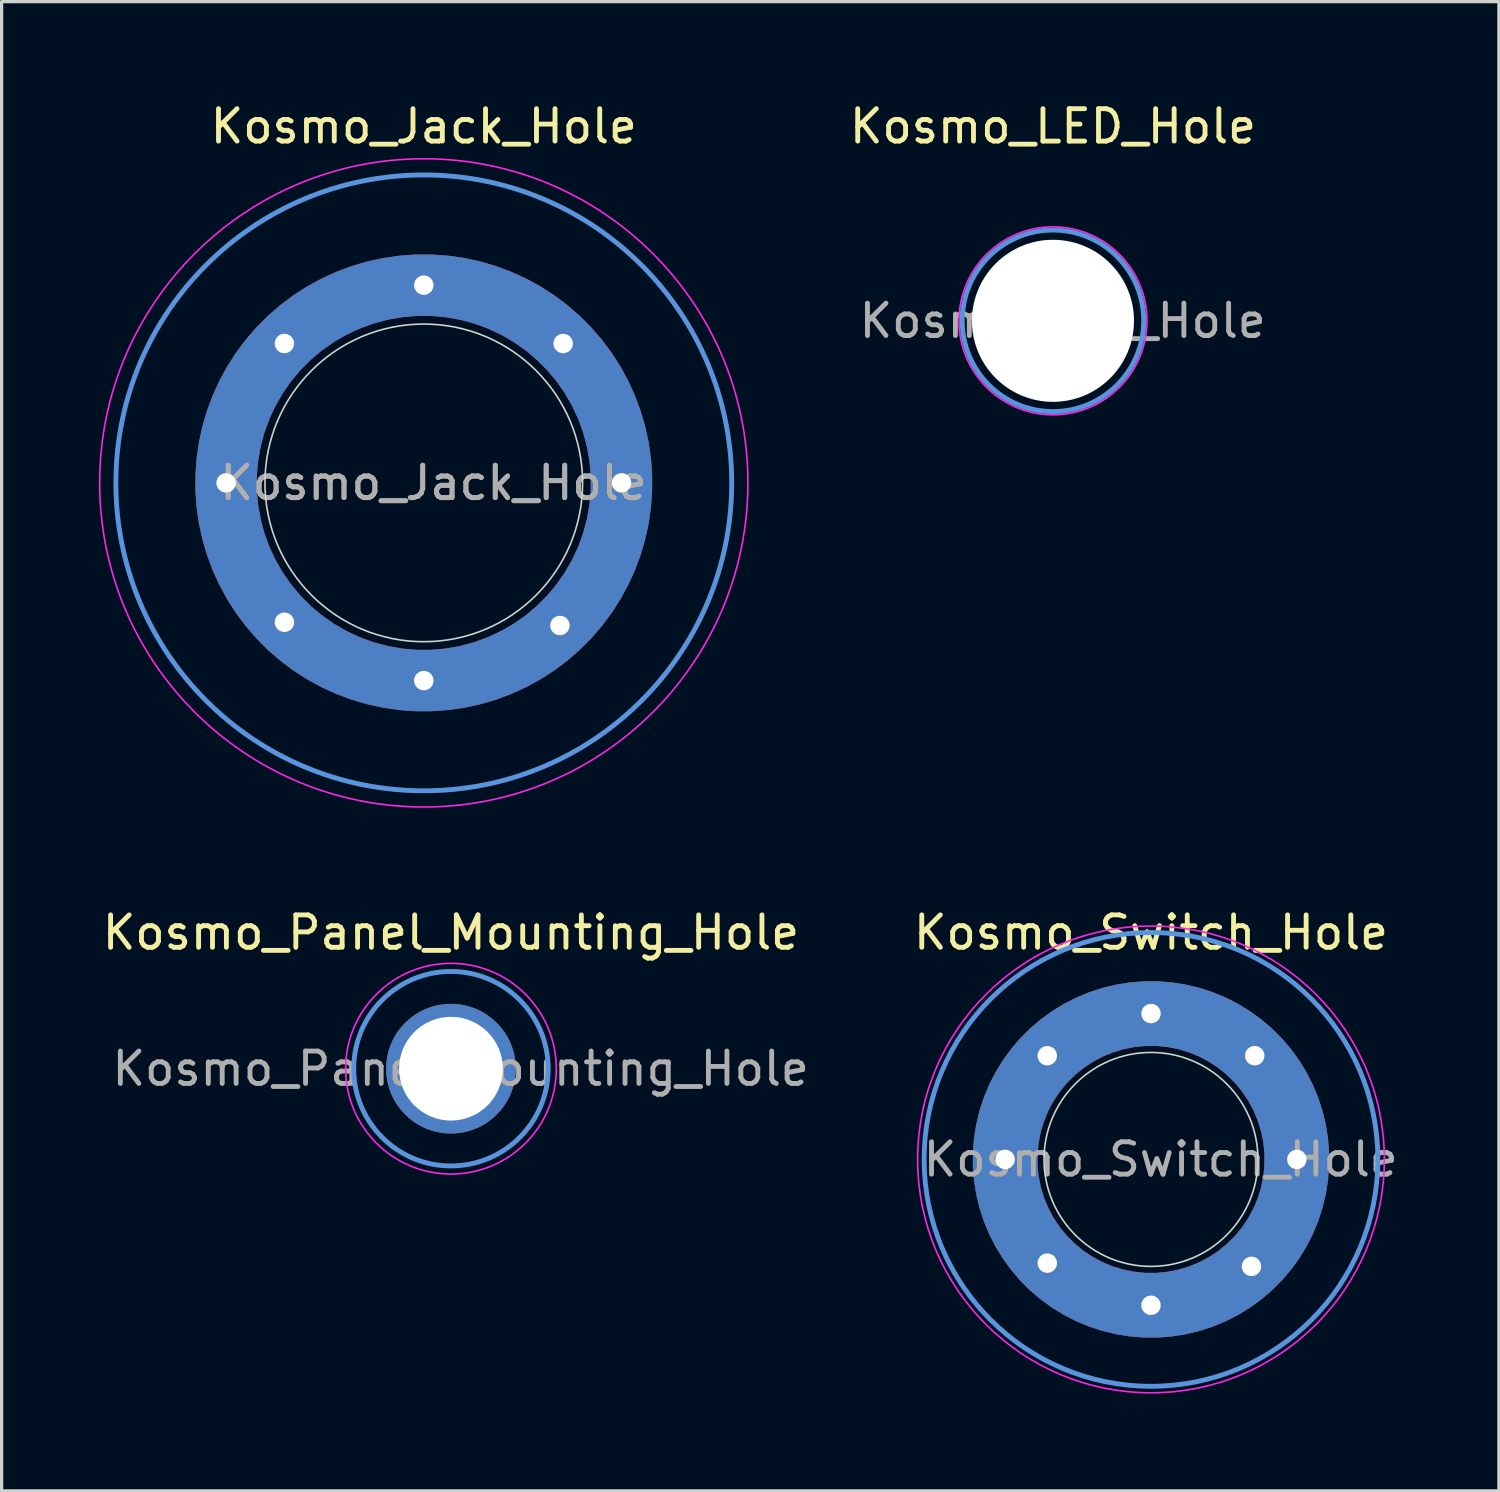
<source format=kicad_pcb>
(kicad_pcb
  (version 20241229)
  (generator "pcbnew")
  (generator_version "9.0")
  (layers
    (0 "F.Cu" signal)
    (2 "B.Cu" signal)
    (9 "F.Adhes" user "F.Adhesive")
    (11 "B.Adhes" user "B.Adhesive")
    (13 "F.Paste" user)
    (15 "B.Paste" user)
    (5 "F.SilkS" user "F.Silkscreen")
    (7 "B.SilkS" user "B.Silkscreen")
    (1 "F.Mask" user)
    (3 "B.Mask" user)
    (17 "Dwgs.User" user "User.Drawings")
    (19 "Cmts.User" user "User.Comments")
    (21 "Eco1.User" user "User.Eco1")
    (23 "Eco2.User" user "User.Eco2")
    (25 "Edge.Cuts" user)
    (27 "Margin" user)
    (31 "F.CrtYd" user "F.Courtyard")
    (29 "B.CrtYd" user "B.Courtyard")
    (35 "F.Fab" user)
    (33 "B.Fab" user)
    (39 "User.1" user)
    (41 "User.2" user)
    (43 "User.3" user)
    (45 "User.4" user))
  (footprint "Kosmo_Jack_Hole"
    (layer "F.Cu")
    (at 10.025 11.848)
    (property "Reference" "Kosmo_Jack_Hole" (at 0 -11 0) (layer "F.SilkS") (effects (font (size 1 1) (thickness 0.15))))
    (attr exclude_from_pos_files exclude_from_bom)
    (fp_circle (center 0 0) (end 9.5 0) (stroke (width 0.15) (type solid)) (fill no) (layer "Cmts.User"))
    (fp_circle (center 0 0) (end 4.9 0) (stroke (width 0.05) (type solid)) (fill no) (layer "Edge.Cuts"))
    (fp_circle (center 0 0) (end 10 0) (stroke (width 0.05) (type solid)) (fill no) (layer "F.CrtYd"))
    (fp_text user "${REFERENCE}" (at 0.3 0 0) (layer "F.Fab") (effects (font (size 1 1) (thickness 0.15))))
    (fp_text user "${REFERENCE}" (at 0.3 0 0) (layer "F.Fab") (effects (font (size 1 1) (thickness 0.15))))
    (pad "1" smd custom (at -6.1 0) (size 0.5 0.5) (layers "F.Cu" "F.Mask" "F.Paste") (options (anchor circle)) (primitives (gr_circle (center 6.1 0) (end 12.2 0) (width 1.9) (fill no))))
    (pad "1" smd custom (at -6.1 0) (size 0.5 0.5) (layers "B.Cu" "B.Mask" "B.Paste") (options (anchor circle)) (primitives (gr_circle (center 6.1 0) (end 12.2 0) (width 1.9) (fill no))))
    (pad "1" thru_hole circle (at -6.1 0) (size 0.8 0.8) (drill 0.6) (layers "*.Cu" "*.Mask"))
    (pad "1" thru_hole circle (at -4.3 -4.3) (size 0.8 0.8) (drill 0.6) (layers "*.Cu" "*.Mask"))
    (pad "1" thru_hole circle (at -4.3 4.3) (size 0.8 0.8) (drill 0.6) (layers "*.Cu" "*.Mask"))
    (pad "1" thru_hole circle (at 0 -6.1) (size 0.8 0.8) (drill 0.6) (layers "*.Cu" "*.Mask"))
    (pad "1" thru_hole circle (at 0 6.1) (size 0.8 0.8) (drill 0.6) (layers "*.Cu" "*.Mask"))
    (pad "1" thru_hole circle (at 4.2 4.4) (size 0.8 0.8) (drill 0.6) (layers "*.Cu" "*.Mask"))
    (pad "1" thru_hole circle (at 4.3 -4.3) (size 0.8 0.8) (drill 0.6) (layers "*.Cu" "*.Mask"))
    (pad "1" thru_hole circle (at 6.1 0) (size 0.8 0.8) (drill 0.6) (layers "*.Cu" "*.Mask")))
  (footprint "Kosmo_Panel_Mounting_Hole"
    (layer "F.Cu")
    (at 10.863 29.922)
    (property "Reference" "Kosmo_Panel_Mounting_Hole" (at 0 -4.2 0) (layer "F.SilkS") (effects (font (size 1 1) (thickness 0.15))))
    (attr exclude_from_pos_files exclude_from_bom)
    (fp_circle (center 0 0) (end 3 0) (stroke (width 0.15) (type solid)) (fill no) (layer "Cmts.User"))
    (fp_circle (center 0 0) (end 3.25 0) (stroke (width 0.05) (type solid)) (fill no) (layer "F.CrtYd"))
    (fp_text user "${REFERENCE}" (at 0.3 0 0) (layer "F.Fab") (effects (font (size 1 1) (thickness 0.15))))
    (pad "1" thru_hole circle (at 0 0) (size 4 4) (drill 3.2) (layers "*.Cu" "*.Mask")))
  (footprint "Kosmo_Switch_Hole"
    (layer "F.Cu")
    (at 32.461 32.721)
    (property "Reference" "Kosmo_Switch_Hole" (at 0 -7 0) (layer "F.SilkS") (effects (font (size 1 1) (thickness 0.15))))
    (attr exclude_from_pos_files exclude_from_bom)
    (fp_circle (center 0 0) (end 7 0) (stroke (width 0.15) (type solid)) (fill no) (layer "Cmts.User"))
    (fp_circle (center 0 0) (end 3.3 0) (stroke (width 0.05) (type solid)) (fill no) (layer "Edge.Cuts"))
    (fp_circle (center 0 0) (end 7.2 0) (stroke (width 0.05) (type solid)) (fill no) (layer "F.CrtYd"))
    (fp_text user "${REFERENCE}" (at 0.3 0 0) (layer "F.Fab") (effects (font (size 1 1) (thickness 0.15))))
    (pad "1" smd custom (at -4.5 0) (size 0.5 0.5) (layers "F.Cu" "F.Mask" "F.Paste") (options (anchor circle)) (primitives (gr_circle (center 4.5 0) (end 9 0) (width 2) (fill no))))
    (pad "1" smd custom (at -4.5 0) (size 0.5 0.5) (layers "B.Cu" "B.Mask" "B.Paste") (options (anchor circle)) (primitives (gr_circle (center 4.5 0) (end 9 0) (width 2) (fill no))))
    (pad "1" thru_hole circle (at -4.5 0) (size 0.8 0.8) (drill 0.6) (layers "*.Cu" "*.Mask"))
    (pad "1" thru_hole circle (at -3.2 -3.2) (size 0.8 0.8) (drill 0.6) (layers "*.Cu" "*.Mask"))
    (pad "1" thru_hole circle (at -3.2 3.2) (size 0.8 0.8) (drill 0.6) (layers "*.Cu" "*.Mask"))
    (pad "1" thru_hole circle (at 0 -4.5) (size 0.8 0.8) (drill 0.6) (layers "*.Cu" "*.Mask"))
    (pad "1" thru_hole circle (at 0 4.5) (size 0.8 0.8) (drill 0.6) (layers "*.Cu" "*.Mask"))
    (pad "1" thru_hole circle (at 3.1 3.3) (size 0.8 0.8) (drill 0.6) (layers "*.Cu" "*.Mask"))
    (pad "1" thru_hole circle (at 3.2 -3.2) (size 0.8 0.8) (drill 0.6) (layers "*.Cu" "*.Mask"))
    (pad "1" thru_hole circle (at 4.5 0) (size 0.8 0.8) (drill 0.6) (layers "*.Cu" "*.Mask")))
  (footprint "Kosmo_LED_Hole"
    (layer "F.Cu")
    (at 29.437 6.848)
    (property "Reference" "Kosmo_LED_Hole" (at 0 -6 0) (layer "F.SilkS") (effects (font (size 1 1) (thickness 0.15))))
    (attr exclude_from_pos_files exclude_from_bom)
    (fp_circle (center 0 0) (end 2.8 0) (stroke (width 0.15) (type solid)) (fill no) (layer "Cmts.User"))
    (fp_circle (center 0 0) (end 2.9 0) (stroke (width 0.05) (type solid)) (fill no) (layer "F.CrtYd"))
    (fp_text user "${REFERENCE}" (at 0.3 0 0) (layer "F.Fab") (effects (font (size 1 1) (thickness 0.15))))
    (pad "" np_thru_hole circle (at 0 0) (size 5 5) (drill 5) (layers "*.Cu" "*.Mask")))
  (gr_rect
    (start -3 -3)
    (end 43.195 42.947)
    (stroke (width 0.1) (type default))
    (fill no)
    (layer "Edge.Cuts")))
</source>
